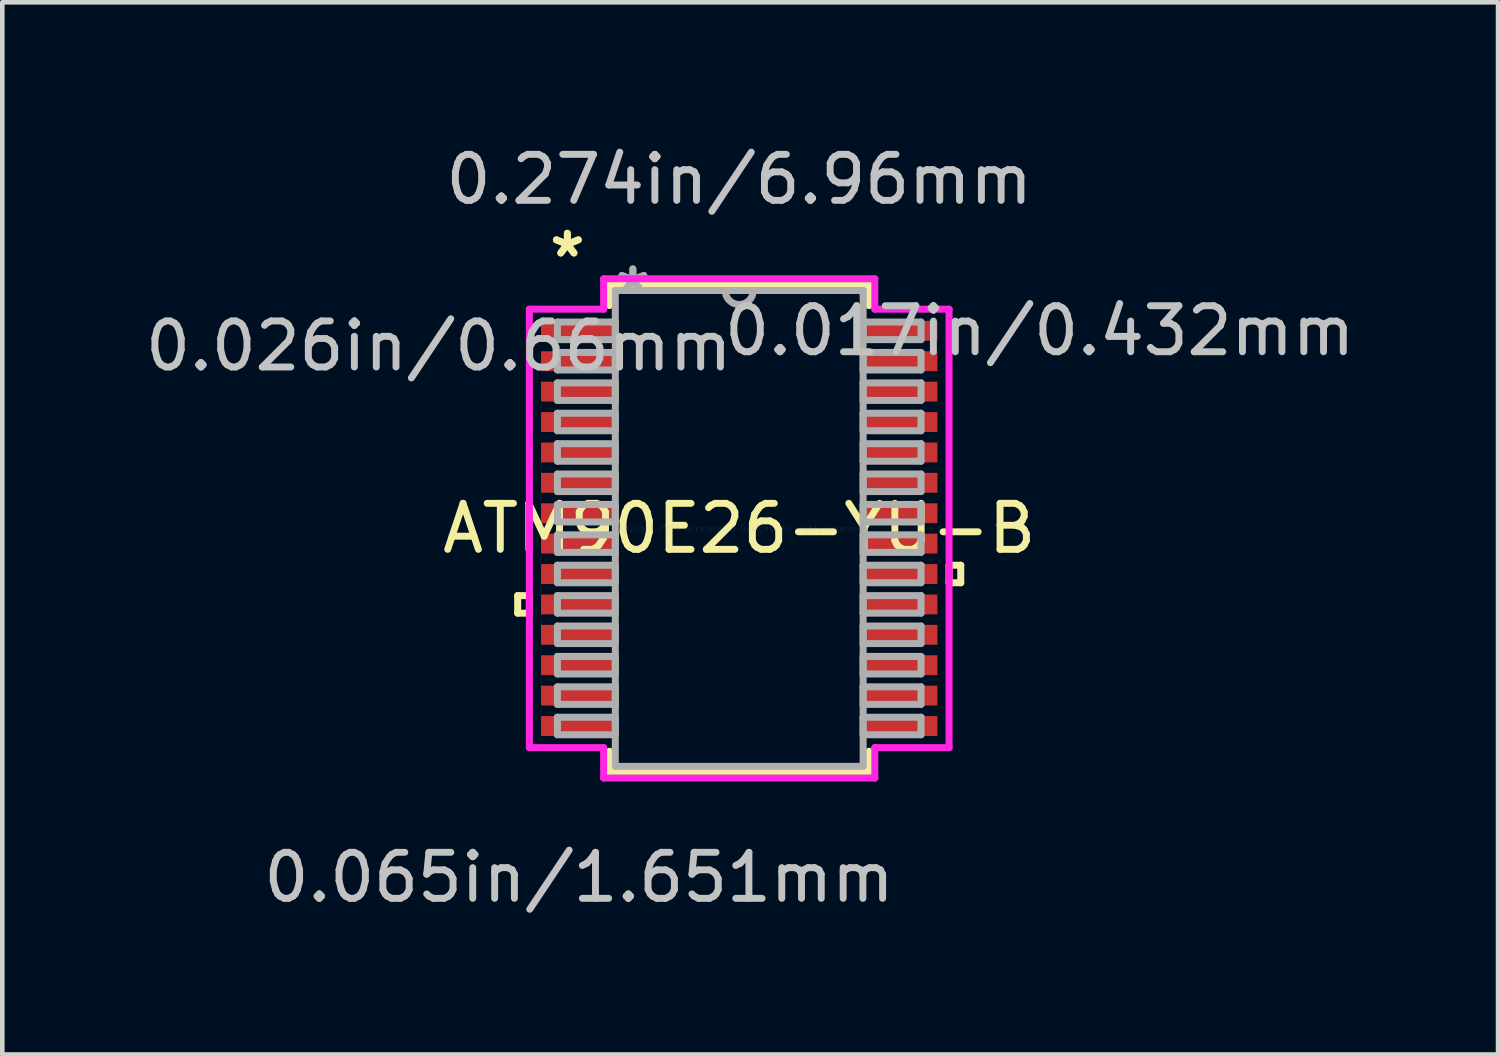
<source format=kicad_pcb>
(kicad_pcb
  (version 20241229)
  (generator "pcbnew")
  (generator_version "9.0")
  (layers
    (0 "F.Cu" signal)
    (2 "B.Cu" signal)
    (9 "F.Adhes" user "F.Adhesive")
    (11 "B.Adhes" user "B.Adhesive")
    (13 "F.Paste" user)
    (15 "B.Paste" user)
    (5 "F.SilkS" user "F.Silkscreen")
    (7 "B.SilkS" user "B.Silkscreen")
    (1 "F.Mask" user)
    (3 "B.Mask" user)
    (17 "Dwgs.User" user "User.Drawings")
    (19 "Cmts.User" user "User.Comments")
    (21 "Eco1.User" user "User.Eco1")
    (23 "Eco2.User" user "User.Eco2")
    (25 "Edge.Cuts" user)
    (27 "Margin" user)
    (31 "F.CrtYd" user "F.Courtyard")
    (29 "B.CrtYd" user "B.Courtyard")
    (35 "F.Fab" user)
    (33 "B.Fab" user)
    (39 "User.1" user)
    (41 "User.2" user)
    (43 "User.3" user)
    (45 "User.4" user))
  (footprint "ATM90E26-YU-B"
    (layer "F.Cu")
    (at 13.01 8.43)
    (property "Reference" "ATM90E26-YU-B" (at 0 0 0) (layer "F.SilkS") (effects (font (size 1 1) (thickness 0.15))))
    (attr through_hole)
    (fp_line (start -4.813 1.46) (end -4.813 1.841) (stroke (width 0.152) (type solid)) (layer "F.SilkS"))
    (fp_line (start -4.813 1.841) (end -4.559 1.841) (stroke (width 0.152) (type solid)) (layer "F.SilkS"))
    (fp_line (start -4.559 1.46) (end -4.813 1.46) (stroke (width 0.152) (type solid)) (layer "F.SilkS"))
    (fp_line (start -4.559 1.841) (end -4.559 1.46) (stroke (width 0.152) (type solid)) (layer "F.SilkS"))
    (fp_line (start -2.819 -5.296) (end -2.819 -4.841) (stroke (width 0.152) (type solid)) (layer "F.SilkS"))
    (fp_line (start -2.819 4.841) (end -2.819 5.296) (stroke (width 0.152) (type solid)) (layer "F.SilkS"))
    (fp_line (start -2.819 5.296) (end 2.819 5.296) (stroke (width 0.152) (type solid)) (layer "F.SilkS"))
    (fp_line (start 2.819 -5.296) (end -2.819 -5.296) (stroke (width 0.152) (type solid)) (layer "F.SilkS"))
    (fp_line (start 2.819 -4.841) (end 2.819 -5.296) (stroke (width 0.152) (type solid)) (layer "F.SilkS"))
    (fp_line (start 2.819 5.296) (end 2.819 4.841) (stroke (width 0.152) (type solid)) (layer "F.SilkS"))
    (fp_line (start 4.559 0.8) (end 4.813 0.8) (stroke (width 0.152) (type solid)) (layer "F.SilkS"))
    (fp_line (start 4.559 1.181) (end 4.559 0.8) (stroke (width 0.152) (type solid)) (layer "F.SilkS"))
    (fp_line (start 4.813 0.8) (end 4.813 1.181) (stroke (width 0.152) (type solid)) (layer "F.SilkS"))
    (fp_line (start 4.813 1.181) (end 4.559 1.181) (stroke (width 0.152) (type solid)) (layer "F.SilkS"))
    (fp_line (start -4.559 -4.763) (end -2.946 -4.763) (stroke (width 0.152) (type solid)) (layer "F.CrtYd"))
    (fp_line (start -4.559 4.763) (end -4.559 -4.763) (stroke (width 0.152) (type solid)) (layer "F.CrtYd"))
    (fp_line (start -2.946 -5.423) (end 2.946 -5.423) (stroke (width 0.152) (type solid)) (layer "F.CrtYd"))
    (fp_line (start -2.946 -4.763) (end -2.946 -5.423) (stroke (width 0.152) (type solid)) (layer "F.CrtYd"))
    (fp_line (start -2.946 4.763) (end -4.559 4.763) (stroke (width 0.152) (type solid)) (layer "F.CrtYd"))
    (fp_line (start -2.946 5.423) (end -2.946 4.763) (stroke (width 0.152) (type solid)) (layer "F.CrtYd"))
    (fp_line (start 2.946 -5.423) (end 2.946 -4.763) (stroke (width 0.152) (type solid)) (layer "F.CrtYd"))
    (fp_line (start 2.946 -4.763) (end 4.559 -4.763) (stroke (width 0.152) (type solid)) (layer "F.CrtYd"))
    (fp_line (start 2.946 4.763) (end 2.946 5.423) (stroke (width 0.152) (type solid)) (layer "F.CrtYd"))
    (fp_line (start 2.946 5.423) (end -2.946 5.423) (stroke (width 0.152) (type solid)) (layer "F.CrtYd"))
    (fp_line (start 4.559 -4.763) (end 4.559 4.763) (stroke (width 0.152) (type solid)) (layer "F.CrtYd"))
    (fp_line (start 4.559 4.763) (end 2.946 4.763) (stroke (width 0.152) (type solid)) (layer "F.CrtYd"))
    (fp_line (start -3.95 -4.483) (end -3.95 -4.102) (stroke (width 0.152) (type solid)) (layer "F.Fab"))
    (fp_line (start -3.95 -4.102) (end -2.692 -4.102) (stroke (width 0.152) (type solid)) (layer "F.Fab"))
    (fp_line (start -3.95 -3.823) (end -3.95 -3.442) (stroke (width 0.152) (type solid)) (layer "F.Fab"))
    (fp_line (start -3.95 -3.442) (end -2.692 -3.442) (stroke (width 0.152) (type solid)) (layer "F.Fab"))
    (fp_line (start -3.95 -3.162) (end -3.95 -2.781) (stroke (width 0.152) (type solid)) (layer "F.Fab"))
    (fp_line (start -3.95 -2.781) (end -2.692 -2.781) (stroke (width 0.152) (type solid)) (layer "F.Fab"))
    (fp_line (start -3.95 -2.502) (end -3.95 -2.121) (stroke (width 0.152) (type solid)) (layer "F.Fab"))
    (fp_line (start -3.95 -2.121) (end -2.692 -2.121) (stroke (width 0.152) (type solid)) (layer "F.Fab"))
    (fp_line (start -3.95 -1.841) (end -3.95 -1.46) (stroke (width 0.152) (type solid)) (layer "F.Fab"))
    (fp_line (start -3.95 -1.46) (end -2.692 -1.46) (stroke (width 0.152) (type solid)) (layer "F.Fab"))
    (fp_line (start -3.95 -1.181) (end -3.95 -0.8) (stroke (width 0.152) (type solid)) (layer "F.Fab"))
    (fp_line (start -3.95 -0.8) (end -2.692 -0.8) (stroke (width 0.152) (type solid)) (layer "F.Fab"))
    (fp_line (start -3.95 -0.521) (end -3.95 -0.14) (stroke (width 0.152) (type solid)) (layer "F.Fab"))
    (fp_line (start -3.95 -0.14) (end -2.692 -0.14) (stroke (width 0.152) (type solid)) (layer "F.Fab"))
    (fp_line (start -3.95 0.14) (end -3.95 0.521) (stroke (width 0.152) (type solid)) (layer "F.Fab"))
    (fp_line (start -3.95 0.521) (end -2.692 0.521) (stroke (width 0.152) (type solid)) (layer "F.Fab"))
    (fp_line (start -3.95 0.8) (end -3.95 1.181) (stroke (width 0.152) (type solid)) (layer "F.Fab"))
    (fp_line (start -3.95 1.181) (end -2.692 1.181) (stroke (width 0.152) (type solid)) (layer "F.Fab"))
    (fp_line (start -3.95 1.46) (end -3.95 1.841) (stroke (width 0.152) (type solid)) (layer "F.Fab"))
    (fp_line (start -3.95 1.841) (end -2.692 1.841) (stroke (width 0.152) (type solid)) (layer "F.Fab"))
    (fp_line (start -3.95 2.121) (end -3.95 2.502) (stroke (width 0.152) (type solid)) (layer "F.Fab"))
    (fp_line (start -3.95 2.502) (end -2.692 2.502) (stroke (width 0.152) (type solid)) (layer "F.Fab"))
    (fp_line (start -3.95 2.781) (end -3.95 3.162) (stroke (width 0.152) (type solid)) (layer "F.Fab"))
    (fp_line (start -3.95 3.162) (end -2.692 3.162) (stroke (width 0.152) (type solid)) (layer "F.Fab"))
    (fp_line (start -3.95 3.442) (end -3.95 3.823) (stroke (width 0.152) (type solid)) (layer "F.Fab"))
    (fp_line (start -3.95 3.823) (end -2.692 3.823) (stroke (width 0.152) (type solid)) (layer "F.Fab"))
    (fp_line (start -3.95 4.102) (end -3.95 4.483) (stroke (width 0.152) (type solid)) (layer "F.Fab"))
    (fp_line (start -3.95 4.483) (end -2.692 4.483) (stroke (width 0.152) (type solid)) (layer "F.Fab"))
    (fp_line (start -2.692 -5.169) (end -2.692 5.169) (stroke (width 0.152) (type solid)) (layer "F.Fab"))
    (fp_line (start -2.692 -4.483) (end -3.95 -4.483) (stroke (width 0.152) (type solid)) (layer "F.Fab"))
    (fp_line (start -2.692 -4.102) (end -2.692 -4.483) (stroke (width 0.152) (type solid)) (layer "F.Fab"))
    (fp_line (start -2.692 -3.823) (end -3.95 -3.823) (stroke (width 0.152) (type solid)) (layer "F.Fab"))
    (fp_line (start -2.692 -3.442) (end -2.692 -3.823) (stroke (width 0.152) (type solid)) (layer "F.Fab"))
    (fp_line (start -2.692 -3.162) (end -3.95 -3.162) (stroke (width 0.152) (type solid)) (layer "F.Fab"))
    (fp_line (start -2.692 -2.781) (end -2.692 -3.162) (stroke (width 0.152) (type solid)) (layer "F.Fab"))
    (fp_line (start -2.692 -2.502) (end -3.95 -2.502) (stroke (width 0.152) (type solid)) (layer "F.Fab"))
    (fp_line (start -2.692 -2.121) (end -2.692 -2.502) (stroke (width 0.152) (type solid)) (layer "F.Fab"))
    (fp_line (start -2.692 -1.841) (end -3.95 -1.841) (stroke (width 0.152) (type solid)) (layer "F.Fab"))
    (fp_line (start -2.692 -1.46) (end -2.692 -1.841) (stroke (width 0.152) (type solid)) (layer "F.Fab"))
    (fp_line (start -2.692 -1.181) (end -3.95 -1.181) (stroke (width 0.152) (type solid)) (layer "F.Fab"))
    (fp_line (start -2.692 -0.8) (end -2.692 -1.181) (stroke (width 0.152) (type solid)) (layer "F.Fab"))
    (fp_line (start -2.692 -0.521) (end -3.95 -0.521) (stroke (width 0.152) (type solid)) (layer "F.Fab"))
    (fp_line (start -2.692 -0.14) (end -2.692 -0.521) (stroke (width 0.152) (type solid)) (layer "F.Fab"))
    (fp_line (start -2.692 0.14) (end -3.95 0.14) (stroke (width 0.152) (type solid)) (layer "F.Fab"))
    (fp_line (start -2.692 0.521) (end -2.692 0.14) (stroke (width 0.152) (type solid)) (layer "F.Fab"))
    (fp_line (start -2.692 0.8) (end -3.95 0.8) (stroke (width 0.152) (type solid)) (layer "F.Fab"))
    (fp_line (start -2.692 1.181) (end -2.692 0.8) (stroke (width 0.152) (type solid)) (layer "F.Fab"))
    (fp_line (start -2.692 1.46) (end -3.95 1.46) (stroke (width 0.152) (type solid)) (layer "F.Fab"))
    (fp_line (start -2.692 1.841) (end -2.692 1.46) (stroke (width 0.152) (type solid)) (layer "F.Fab"))
    (fp_line (start -2.692 2.121) (end -3.95 2.121) (stroke (width 0.152) (type solid)) (layer "F.Fab"))
    (fp_line (start -2.692 2.502) (end -2.692 2.121) (stroke (width 0.152) (type solid)) (layer "F.Fab"))
    (fp_line (start -2.692 2.781) (end -3.95 2.781) (stroke (width 0.152) (type solid)) (layer "F.Fab"))
    (fp_line (start -2.692 3.162) (end -2.692 2.781) (stroke (width 0.152) (type solid)) (layer "F.Fab"))
    (fp_line (start -2.692 3.442) (end -3.95 3.442) (stroke (width 0.152) (type solid)) (layer "F.Fab"))
    (fp_line (start -2.692 3.823) (end -2.692 3.442) (stroke (width 0.152) (type solid)) (layer "F.Fab"))
    (fp_line (start -2.692 4.102) (end -3.95 4.102) (stroke (width 0.152) (type solid)) (layer "F.Fab"))
    (fp_line (start -2.692 4.483) (end -2.692 4.102) (stroke (width 0.152) (type solid)) (layer "F.Fab"))
    (fp_line (start -2.692 5.169) (end 2.692 5.169) (stroke (width 0.152) (type solid)) (layer "F.Fab"))
    (fp_line (start 2.692 -5.169) (end -2.692 -5.169) (stroke (width 0.152) (type solid)) (layer "F.Fab"))
    (fp_line (start 2.692 -4.483) (end 2.692 -4.102) (stroke (width 0.152) (type solid)) (layer "F.Fab"))
    (fp_line (start 2.692 -4.102) (end 3.95 -4.102) (stroke (width 0.152) (type solid)) (layer "F.Fab"))
    (fp_line (start 2.692 -3.823) (end 2.692 -3.442) (stroke (width 0.152) (type solid)) (layer "F.Fab"))
    (fp_line (start 2.692 -3.442) (end 3.95 -3.442) (stroke (width 0.152) (type solid)) (layer "F.Fab"))
    (fp_line (start 2.692 -3.162) (end 2.692 -2.781) (stroke (width 0.152) (type solid)) (layer "F.Fab"))
    (fp_line (start 2.692 -2.781) (end 3.95 -2.781) (stroke (width 0.152) (type solid)) (layer "F.Fab"))
    (fp_line (start 2.692 -2.502) (end 2.692 -2.121) (stroke (width 0.152) (type solid)) (layer "F.Fab"))
    (fp_line (start 2.692 -2.121) (end 3.95 -2.121) (stroke (width 0.152) (type solid)) (layer "F.Fab"))
    (fp_line (start 2.692 -1.841) (end 2.692 -1.46) (stroke (width 0.152) (type solid)) (layer "F.Fab"))
    (fp_line (start 2.692 -1.46) (end 3.95 -1.46) (stroke (width 0.152) (type solid)) (layer "F.Fab"))
    (fp_line (start 2.692 -1.181) (end 2.692 -0.8) (stroke (width 0.152) (type solid)) (layer "F.Fab"))
    (fp_line (start 2.692 -0.8) (end 3.95 -0.8) (stroke (width 0.152) (type solid)) (layer "F.Fab"))
    (fp_line (start 2.692 -0.521) (end 2.692 -0.14) (stroke (width 0.152) (type solid)) (layer "F.Fab"))
    (fp_line (start 2.692 -0.14) (end 3.95 -0.14) (stroke (width 0.152) (type solid)) (layer "F.Fab"))
    (fp_line (start 2.692 0.14) (end 2.692 0.521) (stroke (width 0.152) (type solid)) (layer "F.Fab"))
    (fp_line (start 2.692 0.521) (end 3.95 0.521) (stroke (width 0.152) (type solid)) (layer "F.Fab"))
    (fp_line (start 2.692 0.8) (end 2.692 1.181) (stroke (width 0.152) (type solid)) (layer "F.Fab"))
    (fp_line (start 2.692 1.181) (end 3.95 1.181) (stroke (width 0.152) (type solid)) (layer "F.Fab"))
    (fp_line (start 2.692 1.46) (end 2.692 1.841) (stroke (width 0.152) (type solid)) (layer "F.Fab"))
    (fp_line (start 2.692 1.841) (end 3.95 1.841) (stroke (width 0.152) (type solid)) (layer "F.Fab"))
    (fp_line (start 2.692 2.121) (end 2.692 2.502) (stroke (width 0.152) (type solid)) (layer "F.Fab"))
    (fp_line (start 2.692 2.502) (end 3.95 2.502) (stroke (width 0.152) (type solid)) (layer "F.Fab"))
    (fp_line (start 2.692 2.781) (end 2.692 3.162) (stroke (width 0.152) (type solid)) (layer "F.Fab"))
    (fp_line (start 2.692 3.162) (end 3.95 3.162) (stroke (width 0.152) (type solid)) (layer "F.Fab"))
    (fp_line (start 2.692 3.442) (end 2.692 3.823) (stroke (width 0.152) (type solid)) (layer "F.Fab"))
    (fp_line (start 2.692 3.823) (end 3.95 3.823) (stroke (width 0.152) (type solid)) (layer "F.Fab"))
    (fp_line (start 2.692 4.102) (end 2.692 4.483) (stroke (width 0.152) (type solid)) (layer "F.Fab"))
    (fp_line (start 2.692 4.483) (end 3.95 4.483) (stroke (width 0.152) (type solid)) (layer "F.Fab"))
    (fp_line (start 2.692 5.169) (end 2.692 -5.169) (stroke (width 0.152) (type solid)) (layer "F.Fab"))
    (fp_line (start 3.95 -4.483) (end 2.692 -4.483) (stroke (width 0.152) (type solid)) (layer "F.Fab"))
    (fp_line (start 3.95 -4.102) (end 3.95 -4.483) (stroke (width 0.152) (type solid)) (layer "F.Fab"))
    (fp_line (start 3.95 -3.823) (end 2.692 -3.823) (stroke (width 0.152) (type solid)) (layer "F.Fab"))
    (fp_line (start 3.95 -3.442) (end 3.95 -3.823) (stroke (width 0.152) (type solid)) (layer "F.Fab"))
    (fp_line (start 3.95 -3.162) (end 2.692 -3.162) (stroke (width 0.152) (type solid)) (layer "F.Fab"))
    (fp_line (start 3.95 -2.781) (end 3.95 -3.162) (stroke (width 0.152) (type solid)) (layer "F.Fab"))
    (fp_line (start 3.95 -2.502) (end 2.692 -2.502) (stroke (width 0.152) (type solid)) (layer "F.Fab"))
    (fp_line (start 3.95 -2.121) (end 3.95 -2.502) (stroke (width 0.152) (type solid)) (layer "F.Fab"))
    (fp_line (start 3.95 -1.841) (end 2.692 -1.841) (stroke (width 0.152) (type solid)) (layer "F.Fab"))
    (fp_line (start 3.95 -1.46) (end 3.95 -1.841) (stroke (width 0.152) (type solid)) (layer "F.Fab"))
    (fp_line (start 3.95 -1.181) (end 2.692 -1.181) (stroke (width 0.152) (type solid)) (layer "F.Fab"))
    (fp_line (start 3.95 -0.8) (end 3.95 -1.181) (stroke (width 0.152) (type solid)) (layer "F.Fab"))
    (fp_line (start 3.95 -0.521) (end 2.692 -0.521) (stroke (width 0.152) (type solid)) (layer "F.Fab"))
    (fp_line (start 3.95 -0.14) (end 3.95 -0.521) (stroke (width 0.152) (type solid)) (layer "F.Fab"))
    (fp_line (start 3.95 0.14) (end 2.692 0.14) (stroke (width 0.152) (type solid)) (layer "F.Fab"))
    (fp_line (start 3.95 0.521) (end 3.95 0.14) (stroke (width 0.152) (type solid)) (layer "F.Fab"))
    (fp_line (start 3.95 0.8) (end 2.692 0.8) (stroke (width 0.152) (type solid)) (layer "F.Fab"))
    (fp_line (start 3.95 1.181) (end 3.95 0.8) (stroke (width 0.152) (type solid)) (layer "F.Fab"))
    (fp_line (start 3.95 1.46) (end 2.692 1.46) (stroke (width 0.152) (type solid)) (layer "F.Fab"))
    (fp_line (start 3.95 1.841) (end 3.95 1.46) (stroke (width 0.152) (type solid)) (layer "F.Fab"))
    (fp_line (start 3.95 2.121) (end 2.692 2.121) (stroke (width 0.152) (type solid)) (layer "F.Fab"))
    (fp_line (start 3.95 2.502) (end 3.95 2.121) (stroke (width 0.152) (type solid)) (layer "F.Fab"))
    (fp_line (start 3.95 2.781) (end 2.692 2.781) (stroke (width 0.152) (type solid)) (layer "F.Fab"))
    (fp_line (start 3.95 3.162) (end 3.95 2.781) (stroke (width 0.152) (type solid)) (layer "F.Fab"))
    (fp_line (start 3.95 3.442) (end 2.692 3.442) (stroke (width 0.152) (type solid)) (layer "F.Fab"))
    (fp_line (start 3.95 3.823) (end 3.95 3.442) (stroke (width 0.152) (type solid)) (layer "F.Fab"))
    (fp_line (start 3.95 4.102) (end 2.692 4.102) (stroke (width 0.152) (type solid)) (layer "F.Fab"))
    (fp_line (start 3.95 4.483) (end 3.95 4.102) (stroke (width 0.152) (type solid)) (layer "F.Fab"))
    (fp_arc (start 0.3048 -5.1689) (mid 0 -4.8641) (end -0.3048 -5.1689) (stroke (width 0.1524) (type solid)) (layer "F.Fab"))
    (fp_text user "*" (at -3.734 -5.867 0) (layer "F.SilkS") (effects (font (size 1 1) (thickness 0.15))))
    (fp_text user "*" (at -3.734 -5.867 0) (layer "F.SilkS") (effects (font (size 1 1) (thickness 0.15))))
    (fp_text user "0.065in/1.651mm" (at -3.48 7.582 0) (layer "Dwgs.User") (effects (font (size 1 1) (thickness 0.15))))
    (fp_text user "0.026in/0.66mm" (at -6.528 -3.962 0) (layer "Dwgs.User") (effects (font (size 1 1) (thickness 0.15))))
    (fp_text user "0.017in/0.432mm" (at 6.528 -4.293 0) (layer "Dwgs.User") (effects (font (size 1 1) (thickness 0.15))))
    (fp_text user "0.274in/6.96mm" (at 0 -7.582 0) (layer "Dwgs.User") (effects (font (size 1 1) (thickness 0.15))))
    (fp_text user "Copyright 2016 Accelerated Designs. All rights reserved." (at 0 0 0) (layer "Cmts.User") (effects (font (size 0.127 0.127) (thickness 0.002))))
    (fp_text user "*" (at -2.311 -5.093 0) (layer "F.Fab") (effects (font (size 1 1) (thickness 0.15))))
    (fp_text user "*" (at -2.311 -5.093 0) (layer "F.Fab") (effects (font (size 1 1) (thickness 0.15))))
    (pad "1" smd rect (at -3.48 -4.293) (size 1.651 0.432) (layers "F.Cu" "F.Mask" "F.Paste"))
    (pad "2" smd rect (at -3.48 -3.632) (size 1.651 0.432) (layers "F.Cu" "F.Mask" "F.Paste"))
    (pad "3" smd rect (at -3.48 -2.972) (size 1.651 0.432) (layers "F.Cu" "F.Mask" "F.Paste"))
    (pad "4" smd rect (at -3.48 -2.311) (size 1.651 0.432) (layers "F.Cu" "F.Mask" "F.Paste"))
    (pad "5" smd rect (at -3.48 -1.651) (size 1.651 0.432) (layers "F.Cu" "F.Mask" "F.Paste"))
    (pad "6" smd rect (at -3.48 -0.991) (size 1.651 0.432) (layers "F.Cu" "F.Mask" "F.Paste"))
    (pad "7" smd rect (at -3.48 -0.33) (size 1.651 0.432) (layers "F.Cu" "F.Mask" "F.Paste"))
    (pad "8" smd rect (at -3.48 0.33) (size 1.651 0.432) (layers "F.Cu" "F.Mask" "F.Paste"))
    (pad "9" smd rect (at -3.48 0.991) (size 1.651 0.432) (layers "F.Cu" "F.Mask" "F.Paste"))
    (pad "10" smd rect (at -3.48 1.651) (size 1.651 0.432) (layers "F.Cu" "F.Mask" "F.Paste"))
    (pad "11" smd rect (at -3.48 2.311) (size 1.651 0.432) (layers "F.Cu" "F.Mask" "F.Paste"))
    (pad "12" smd rect (at -3.48 2.972) (size 1.651 0.432) (layers "F.Cu" "F.Mask" "F.Paste"))
    (pad "13" smd rect (at -3.48 3.632) (size 1.651 0.432) (layers "F.Cu" "F.Mask" "F.Paste"))
    (pad "14" smd rect (at -3.48 4.293) (size 1.651 0.432) (layers "F.Cu" "F.Mask" "F.Paste"))
    (pad "15" smd rect (at 3.48 4.293) (size 1.651 0.432) (layers "F.Cu" "F.Mask" "F.Paste"))
    (pad "16" smd rect (at 3.48 3.632) (size 1.651 0.432) (layers "F.Cu" "F.Mask" "F.Paste"))
    (pad "17" smd rect (at 3.48 2.972) (size 1.651 0.432) (layers "F.Cu" "F.Mask" "F.Paste"))
    (pad "18" smd rect (at 3.48 2.311) (size 1.651 0.432) (layers "F.Cu" "F.Mask" "F.Paste"))
    (pad "19" smd rect (at 3.48 1.651) (size 1.651 0.432) (layers "F.Cu" "F.Mask" "F.Paste"))
    (pad "20" smd rect (at 3.48 0.991) (size 1.651 0.432) (layers "F.Cu" "F.Mask" "F.Paste"))
    (pad "21" smd rect (at 3.48 0.33) (size 1.651 0.432) (layers "F.Cu" "F.Mask" "F.Paste"))
    (pad "22" smd rect (at 3.48 -0.33) (size 1.651 0.432) (layers "F.Cu" "F.Mask" "F.Paste"))
    (pad "23" smd rect (at 3.48 -0.991) (size 1.651 0.432) (layers "F.Cu" "F.Mask" "F.Paste"))
    (pad "24" smd rect (at 3.48 -1.651) (size 1.651 0.432) (layers "F.Cu" "F.Mask" "F.Paste"))
    (pad "25" smd rect (at 3.48 -2.311) (size 1.651 0.432) (layers "F.Cu" "F.Mask" "F.Paste"))
    (pad "26" smd rect (at 3.48 -2.972) (size 1.651 0.432) (layers "F.Cu" "F.Mask" "F.Paste"))
    (pad "27" smd rect (at 3.48 -3.632) (size 1.651 0.432) (layers "F.Cu" "F.Mask" "F.Paste"))
    (pad "28" smd rect (at 3.48 -4.293) (size 1.651 0.432) (layers "F.Cu" "F.Mask" "F.Paste")))
  (gr_rect
    (start -3 -3)
    (end 29.496 19.86)
    (stroke (width 0.1) (type default))
    (fill no)
    (layer "Edge.Cuts")))
</source>
